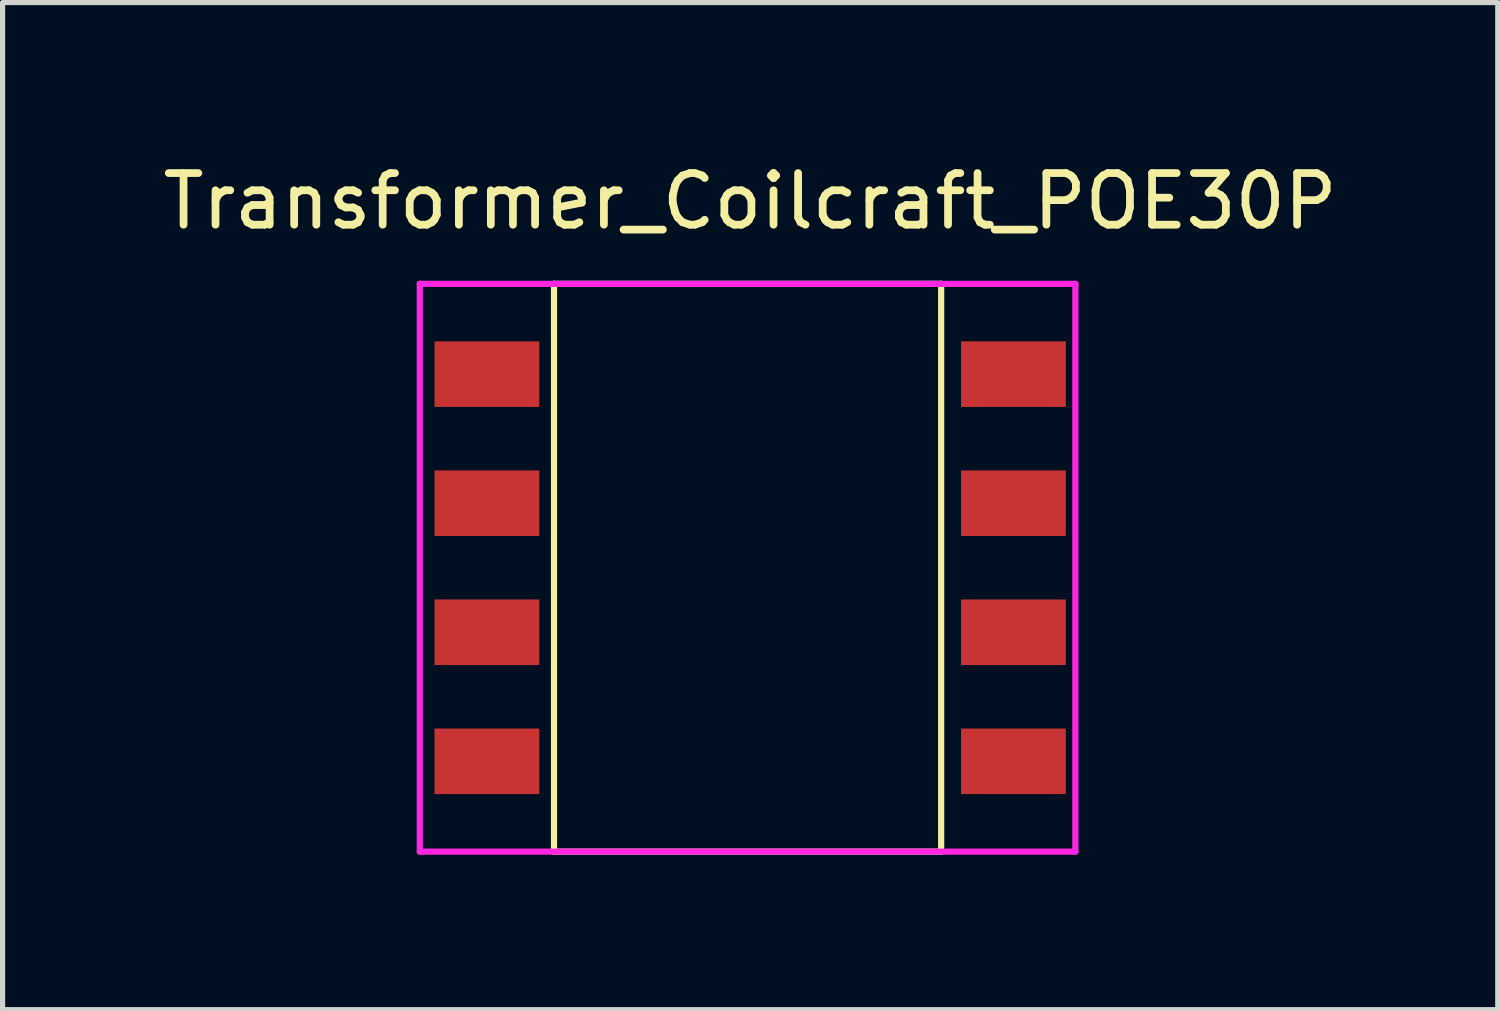
<source format=kicad_pcb>
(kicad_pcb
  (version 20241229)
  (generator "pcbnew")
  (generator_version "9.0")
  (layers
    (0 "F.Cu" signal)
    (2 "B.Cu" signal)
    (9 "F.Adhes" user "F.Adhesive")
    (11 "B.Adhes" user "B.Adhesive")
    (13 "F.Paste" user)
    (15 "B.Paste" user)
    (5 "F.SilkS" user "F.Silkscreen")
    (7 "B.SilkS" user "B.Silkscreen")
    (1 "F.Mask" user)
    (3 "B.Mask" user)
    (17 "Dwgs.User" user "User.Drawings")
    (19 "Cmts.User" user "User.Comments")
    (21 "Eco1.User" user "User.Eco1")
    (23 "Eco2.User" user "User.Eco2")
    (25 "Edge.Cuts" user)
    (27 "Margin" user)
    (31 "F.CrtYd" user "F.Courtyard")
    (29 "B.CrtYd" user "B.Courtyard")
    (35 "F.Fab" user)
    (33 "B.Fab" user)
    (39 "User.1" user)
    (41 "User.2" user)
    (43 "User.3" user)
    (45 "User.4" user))
  (footprint "Transformer_Coilcraft_POE30P"
    (layer "F.Cu")
    (at 11.482 7.948)
    (property "Reference" "Transformer_Coilcraft_POE30P" (at 0 -7.1 0) (layer "F.SilkS") (effects (font (size 1 1) (thickness 0.15))))
    (attr through_hole)
    (fp_line (start -3.8 -5.5) (end -3.8 5.5) (stroke (width 0.12) (type solid)) (layer "F.SilkS"))
    (fp_line (start -3.8 5.5) (end 3.7 5.5) (stroke (width 0.12) (type solid)) (layer "F.SilkS"))
    (fp_line (start 3.7 -5.5) (end -3.8 -5.5) (stroke (width 0.12) (type solid)) (layer "F.SilkS"))
    (fp_line (start 3.7 5.5) (end 3.7 -5.5) (stroke (width 0.12) (type solid)) (layer "F.SilkS"))
    (fp_line (start -6.4 -5.5) (end 6.3 -5.5) (stroke (width 0.12) (type solid)) (layer "F.CrtYd"))
    (fp_line (start -6.4 5.5) (end -6.4 -5.5) (stroke (width 0.12) (type solid)) (layer "F.CrtYd"))
    (fp_line (start 6.3 -5.5) (end 6.3 5.5) (stroke (width 0.12) (type solid)) (layer "F.CrtYd"))
    (fp_line (start 6.3 5.5) (end -6.4 5.5) (stroke (width 0.12) (type solid)) (layer "F.CrtYd"))
    (pad "1" smd rect (at -5.1 3.75) (size 2.03 1.27) (layers "F.Cu" "F.Mask" "F.Paste"))
    (pad "2" smd rect (at -5.1 1.25) (size 2.03 1.27) (layers "F.Cu" "F.Mask" "F.Paste"))
    (pad "3" smd rect (at -5.1 -1.25) (size 2.03 1.27) (layers "F.Cu" "F.Mask" "F.Paste"))
    (pad "4" smd rect (at -5.1 -3.75) (size 2.03 1.27) (layers "F.Cu" "F.Mask" "F.Paste"))
    (pad "5" smd rect (at 5.1 -3.75) (size 2.03 1.27) (layers "F.Cu" "F.Mask" "F.Paste"))
    (pad "6" smd rect (at 5.1 -1.25) (size 2.03 1.27) (layers "F.Cu" "F.Mask" "F.Paste"))
    (pad "7" smd rect (at 5.1 1.25) (size 2.03 1.27) (layers "F.Cu" "F.Mask" "F.Paste"))
    (pad "8" smd rect (at 5.1 3.75) (size 2.03 1.27) (layers "F.Cu" "F.Mask" "F.Paste")))
  (gr_rect
    (start -3 -3)
    (end 25.964 16.508)
    (stroke (width 0.1) (type default))
    (fill no)
    (layer "Edge.Cuts")))
</source>
